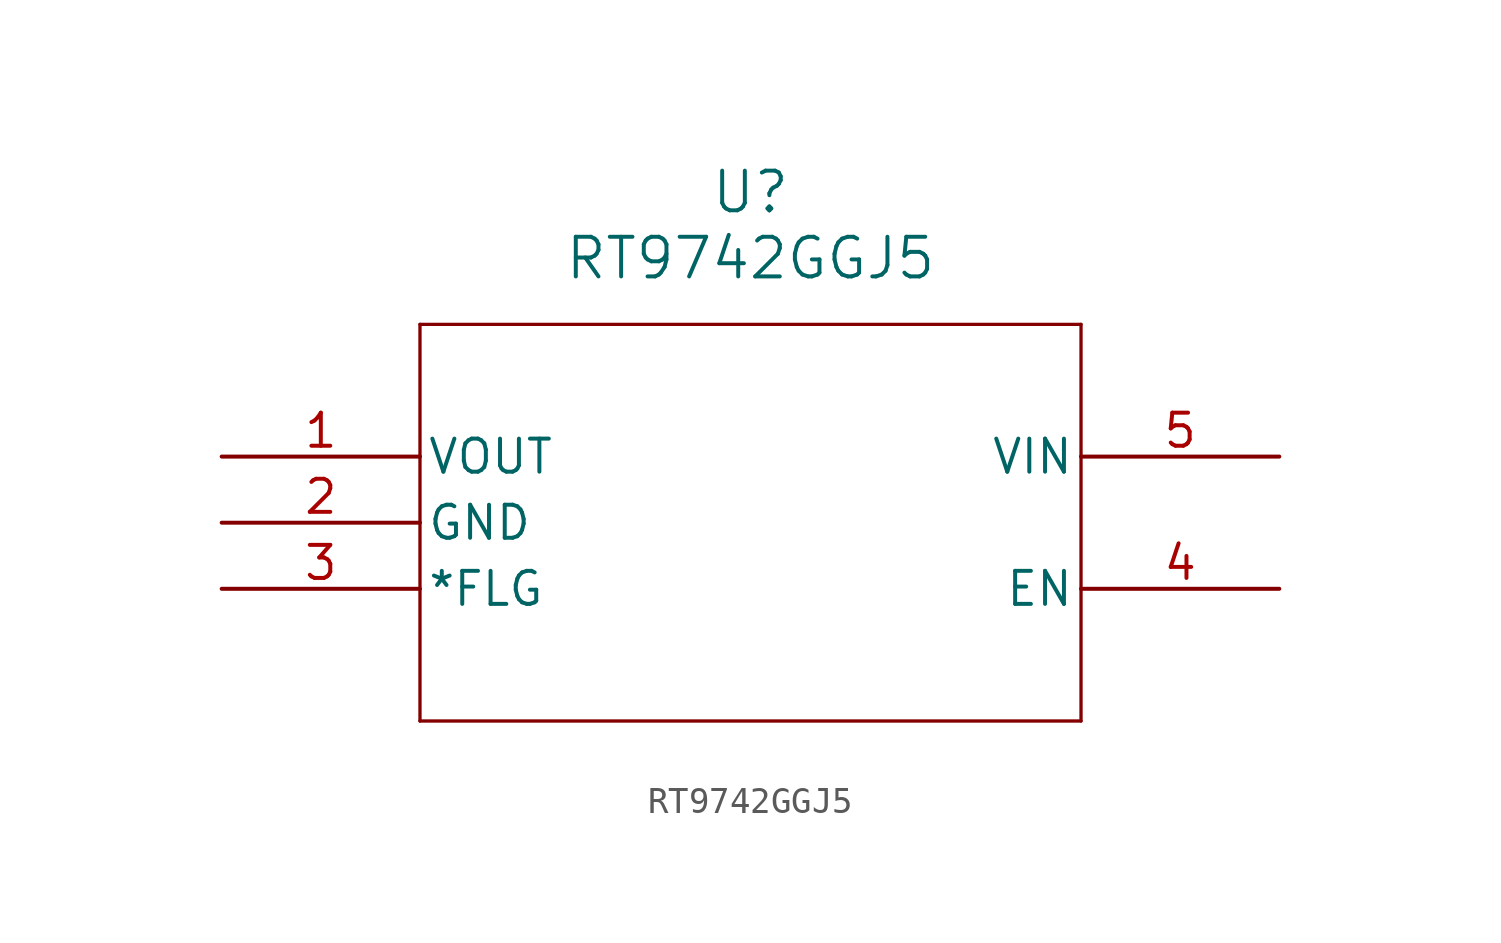
<source format=kicad_sym>
(kicad_symbol_lib
  (version 20211014)
  (generator kicad_symbol_editor)
  (symbol "RT9742GGJ5"
    (pin_names
      (offset 0.254))
    (property "Reference" "U"
      (at 20.32 10.16 0)
      (effects (font (size 1.524 1.524))))
    (property "Value" "RT9742GGJ5"
      (at 20.32 7.62 0)
      (effects (font (size 1.524 1.524))))
    (symbol "RT9742GGJ5_0_1"
      (polyline (pts (xy 7.62 5.08) (xy 7.62 -10.16)) (stroke (width 0.127) (type default) (color 0 0 0 0)) (fill (type none)))
      (polyline (pts (xy 7.62 -10.16) (xy 33.02 -10.16)) (stroke (width 0.127) (type default) (color 0 0 0 0)) (fill (type none)))
      (polyline (pts (xy 33.02 -10.16) (xy 33.02 5.08)) (stroke (width 0.127) (type default) (color 0 0 0 0)) (fill (type none)))
      (polyline (pts (xy 33.02 5.08) (xy 7.62 5.08)) (stroke (width 0.127) (type default) (color 0 0 0 0)) (fill (type none)))
      (pin power_in line (at 0 0 0) (length 7.62) (name "VOUT" (effects (font (size 1.27 1.27)))) (number "1" (effects (font (size 1.27 1.27)))))
      (pin power_out line (at 0 -2.54 0) (length 7.62) (name "GND" (effects (font (size 1.27 1.27)))) (number "2" (effects (font (size 1.27 1.27)))))
      (pin unspecified line (at 0 -5.08 0) (length 7.62) (name "*FLG" (effects (font (size 1.27 1.27)))) (number "3" (effects (font (size 1.27 1.27)))))
      (pin unspecified line (at 40.64 -5.08 180) (length 7.62) (name "EN" (effects (font (size 1.27 1.27)))) (number "4" (effects (font (size 1.27 1.27)))))
      (pin power_in line (at 40.64 0 180) (length 7.62) (name "VIN" (effects (font (size 1.27 1.27)))) (number "5" (effects (font (size 1.27 1.27))))))))
</source>
